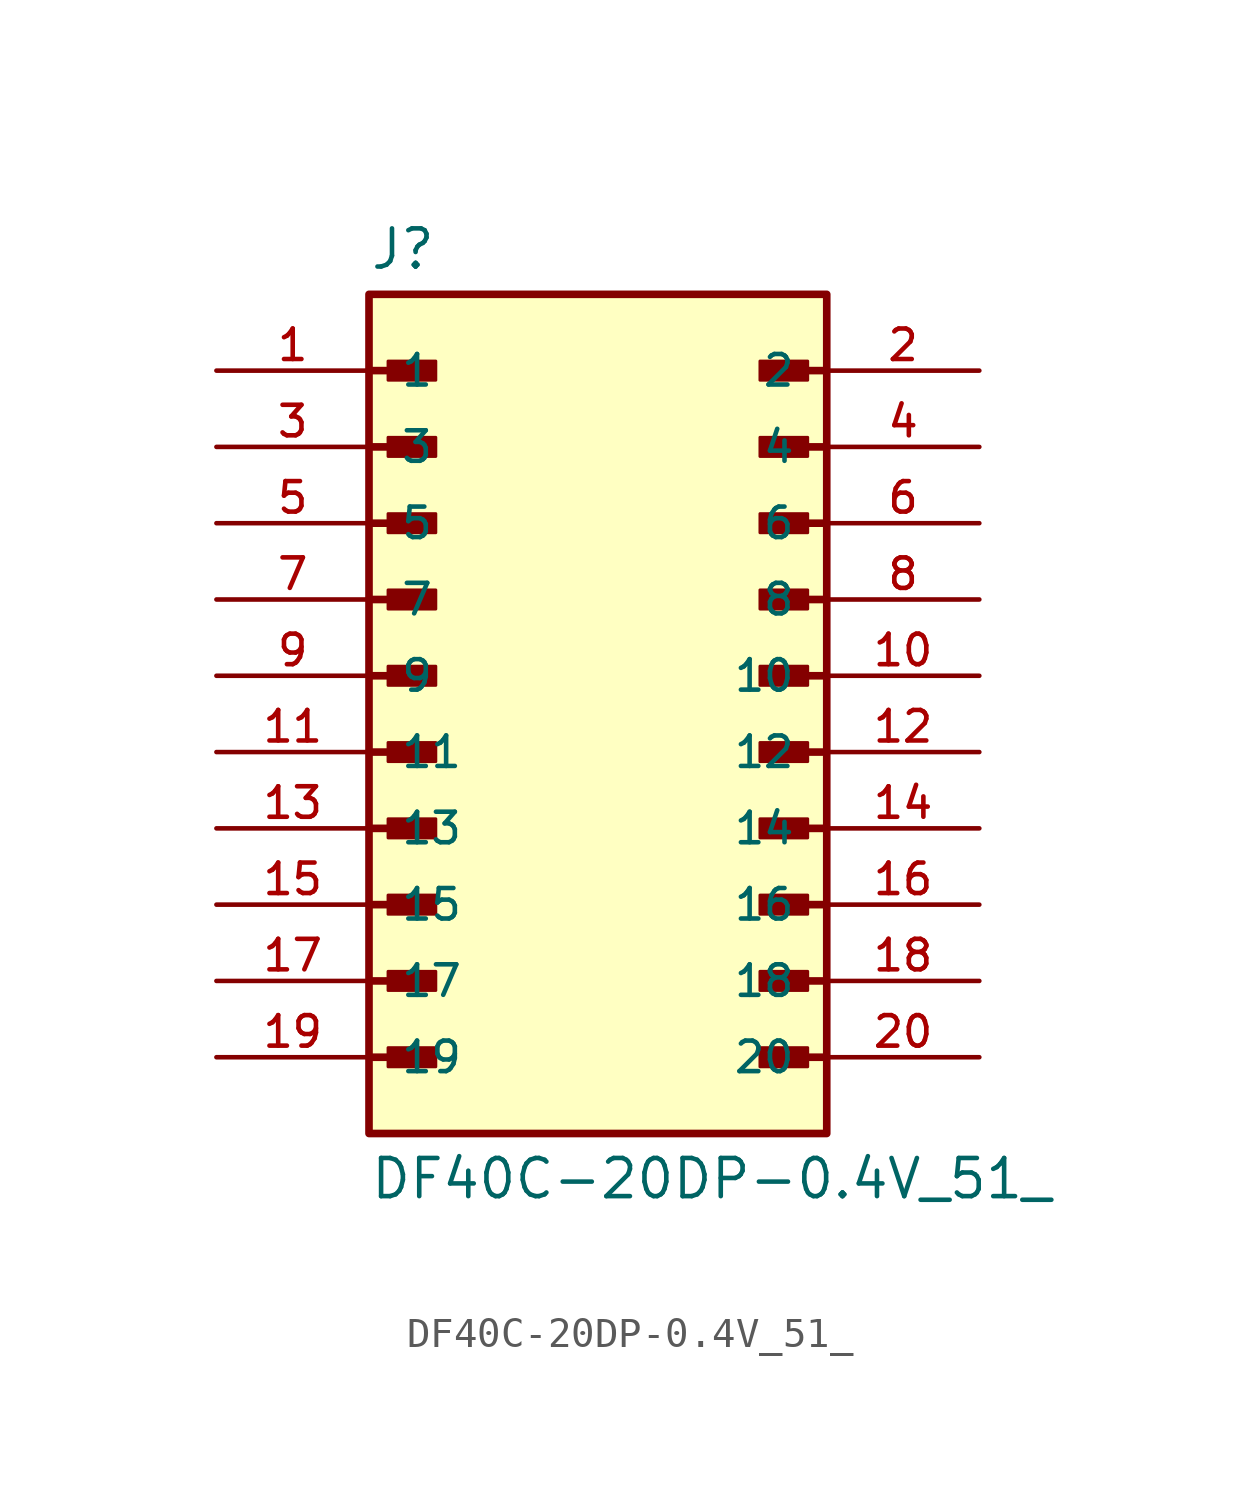
<source format=kicad_sym>
(kicad_symbol_lib
  (version 20211014)
  (generator kicad_symbol_editor)
  (symbol "DF40C-20DP-0.4V_51_"
    (pin_names
      (offset 1.016))
    (property "Reference" "J"
      (at -7.62 13.462 0)
      (effects (font (size 1.27 1.27)) (justify bottom left)))
    (property "Value" "DF40C-20DP-0.4V_51_"
      (at -7.62 -16.002 0)
      (effects (font (size 1.27 1.27)) (justify top left)))
    (symbol "DF40C-20DP-0.4V_51__0_0"
      (polyline (pts (xy -7.62 10.16) (xy -5.715 10.16)) (stroke (width 0.254)))
      (rectangle (start -6.985 9.842) (end -5.397 10.477) (stroke (width 0.1)) (fill (type outline)))
      (polyline (pts (xy -7.62 7.62) (xy -5.715 7.62)) (stroke (width 0.254)))
      (rectangle (start -6.985 7.303) (end -5.397 7.938) (stroke (width 0.1)) (fill (type outline)))
      (polyline (pts (xy -7.62 5.08) (xy -5.715 5.08)) (stroke (width 0.254)))
      (rectangle (start -6.985 4.763) (end -5.397 5.397) (stroke (width 0.1)) (fill (type outline)))
      (polyline (pts (xy -7.62 2.54) (xy -5.715 2.54)) (stroke (width 0.254)))
      (rectangle (start -6.985 2.223) (end -5.397 2.857) (stroke (width 0.1)) (fill (type outline)))
      (polyline (pts (xy -7.62 0.0) (xy -5.715 0.0)) (stroke (width 0.254)))
      (rectangle (start -6.985 -0.318) (end -5.397 0.318) (stroke (width 0.1)) (fill (type outline)))
      (polyline (pts (xy -7.62 -2.54) (xy -5.715 -2.54)) (stroke (width 0.254)))
      (rectangle (start -6.985 -2.857) (end -5.397 -2.223) (stroke (width 0.1)) (fill (type outline)))
      (polyline (pts (xy -7.62 -5.08) (xy -5.715 -5.08)) (stroke (width 0.254)))
      (rectangle (start -6.985 -5.397) (end -5.397 -4.763) (stroke (width 0.1)) (fill (type outline)))
      (polyline (pts (xy -7.62 -7.62) (xy -5.715 -7.62)) (stroke (width 0.254)))
      (rectangle (start -6.985 -7.938) (end -5.397 -7.303) (stroke (width 0.1)) (fill (type outline)))
      (polyline (pts (xy -7.62 -10.16) (xy -5.715 -10.16)) (stroke (width 0.254)))
      (rectangle (start -6.985 -10.477) (end -5.397 -9.842) (stroke (width 0.1)) (fill (type outline)))
      (polyline (pts (xy -7.62 -12.7) (xy -5.715 -12.7)) (stroke (width 0.254)))
      (rectangle (start -6.985 -13.018) (end -5.397 -12.383) (stroke (width 0.1)) (fill (type outline)))
      (polyline (pts (xy 7.62 -12.7) (xy 5.715 -12.7)) (stroke (width 0.254)))
      (rectangle (start 5.397 -13.018) (end 6.985 -12.383) (stroke (width 0.1)) (fill (type outline)))
      (polyline (pts (xy 7.62 -10.16) (xy 5.715 -10.16)) (stroke (width 0.254)))
      (rectangle (start 5.397 -10.477) (end 6.985 -9.842) (stroke (width 0.1)) (fill (type outline)))
      (polyline (pts (xy 7.62 -7.62) (xy 5.715 -7.62)) (stroke (width 0.254)))
      (rectangle (start 5.397 -7.938) (end 6.985 -7.303) (stroke (width 0.1)) (fill (type outline)))
      (polyline (pts (xy 7.62 -5.08) (xy 5.715 -5.08)) (stroke (width 0.254)))
      (rectangle (start 5.397 -5.397) (end 6.985 -4.763) (stroke (width 0.1)) (fill (type outline)))
      (polyline (pts (xy 7.62 -2.54) (xy 5.715 -2.54)) (stroke (width 0.254)))
      (rectangle (start 5.397 -2.857) (end 6.985 -2.223) (stroke (width 0.1)) (fill (type outline)))
      (polyline (pts (xy 7.62 0.0) (xy 5.715 0.0)) (stroke (width 0.254)))
      (rectangle (start 5.397 -0.318) (end 6.985 0.318) (stroke (width 0.1)) (fill (type outline)))
      (polyline (pts (xy 7.62 2.54) (xy 5.715 2.54)) (stroke (width 0.254)))
      (rectangle (start 5.397 2.223) (end 6.985 2.857) (stroke (width 0.1)) (fill (type outline)))
      (polyline (pts (xy 7.62 5.08) (xy 5.715 5.08)) (stroke (width 0.254)))
      (rectangle (start 5.397 4.763) (end 6.985 5.397) (stroke (width 0.1)) (fill (type outline)))
      (polyline (pts (xy 7.62 7.62) (xy 5.715 7.62)) (stroke (width 0.254)))
      (rectangle (start 5.397 7.303) (end 6.985 7.938) (stroke (width 0.1)) (fill (type outline)))
      (polyline (pts (xy 7.62 10.16) (xy 5.715 10.16)) (stroke (width 0.254)))
      (rectangle (start 5.397 9.842) (end 6.985 10.477) (stroke (width 0.1)) (fill (type outline)))
      (rectangle (start -7.62 -15.24) (end 7.62 12.7) (stroke (width 0.254)) (fill (type background)))
      (pin passive line (at -12.7 10.16 0) (length 5.08) (name "1" (effects (font (size 1.016 1.016)))) (number "1" (effects (font (size 1.016 1.016)))))
      (pin passive line (at 12.7 10.16 180.0) (length 5.08) (name "2" (effects (font (size 1.016 1.016)))) (number "2" (effects (font (size 1.016 1.016)))))
      (pin passive line (at -12.7 7.62 0) (length 5.08) (name "3" (effects (font (size 1.016 1.016)))) (number "3" (effects (font (size 1.016 1.016)))))
      (pin passive line (at 12.7 7.62 180.0) (length 5.08) (name "4" (effects (font (size 1.016 1.016)))) (number "4" (effects (font (size 1.016 1.016)))))
      (pin passive line (at -12.7 5.08 0) (length 5.08) (name "5" (effects (font (size 1.016 1.016)))) (number "5" (effects (font (size 1.016 1.016)))))
      (pin passive line (at 12.7 5.08 180.0) (length 5.08) (name "6" (effects (font (size 1.016 1.016)))) (number "6" (effects (font (size 1.016 1.016)))))
      (pin passive line (at -12.7 2.54 0) (length 5.08) (name "7" (effects (font (size 1.016 1.016)))) (number "7" (effects (font (size 1.016 1.016)))))
      (pin passive line (at 12.7 2.54 180.0) (length 5.08) (name "8" (effects (font (size 1.016 1.016)))) (number "8" (effects (font (size 1.016 1.016)))))
      (pin passive line (at -12.7 0.0 0) (length 5.08) (name "9" (effects (font (size 1.016 1.016)))) (number "9" (effects (font (size 1.016 1.016)))))
      (pin passive line (at 12.7 0.0 180.0) (length 5.08) (name "10" (effects (font (size 1.016 1.016)))) (number "10" (effects (font (size 1.016 1.016)))))
      (pin passive line (at -12.7 -2.54 0) (length 5.08) (name "11" (effects (font (size 1.016 1.016)))) (number "11" (effects (font (size 1.016 1.016)))))
      (pin passive line (at 12.7 -2.54 180.0) (length 5.08) (name "12" (effects (font (size 1.016 1.016)))) (number "12" (effects (font (size 1.016 1.016)))))
      (pin passive line (at -12.7 -5.08 0) (length 5.08) (name "13" (effects (font (size 1.016 1.016)))) (number "13" (effects (font (size 1.016 1.016)))))
      (pin passive line (at 12.7 -5.08 180.0) (length 5.08) (name "14" (effects (font (size 1.016 1.016)))) (number "14" (effects (font (size 1.016 1.016)))))
      (pin passive line (at -12.7 -7.62 0) (length 5.08) (name "15" (effects (font (size 1.016 1.016)))) (number "15" (effects (font (size 1.016 1.016)))))
      (pin passive line (at 12.7 -7.62 180.0) (length 5.08) (name "16" (effects (font (size 1.016 1.016)))) (number "16" (effects (font (size 1.016 1.016)))))
      (pin passive line (at -12.7 -10.16 0) (length 5.08) (name "17" (effects (font (size 1.016 1.016)))) (number "17" (effects (font (size 1.016 1.016)))))
      (pin passive line (at 12.7 -10.16 180.0) (length 5.08) (name "18" (effects (font (size 1.016 1.016)))) (number "18" (effects (font (size 1.016 1.016)))))
      (pin passive line (at -12.7 -12.7 0) (length 5.08) (name "19" (effects (font (size 1.016 1.016)))) (number "19" (effects (font (size 1.016 1.016)))))
      (pin passive line (at 12.7 -12.7 180.0) (length 5.08) (name "20" (effects (font (size 1.016 1.016)))) (number "20" (effects (font (size 1.016 1.016))))))))
</source>
